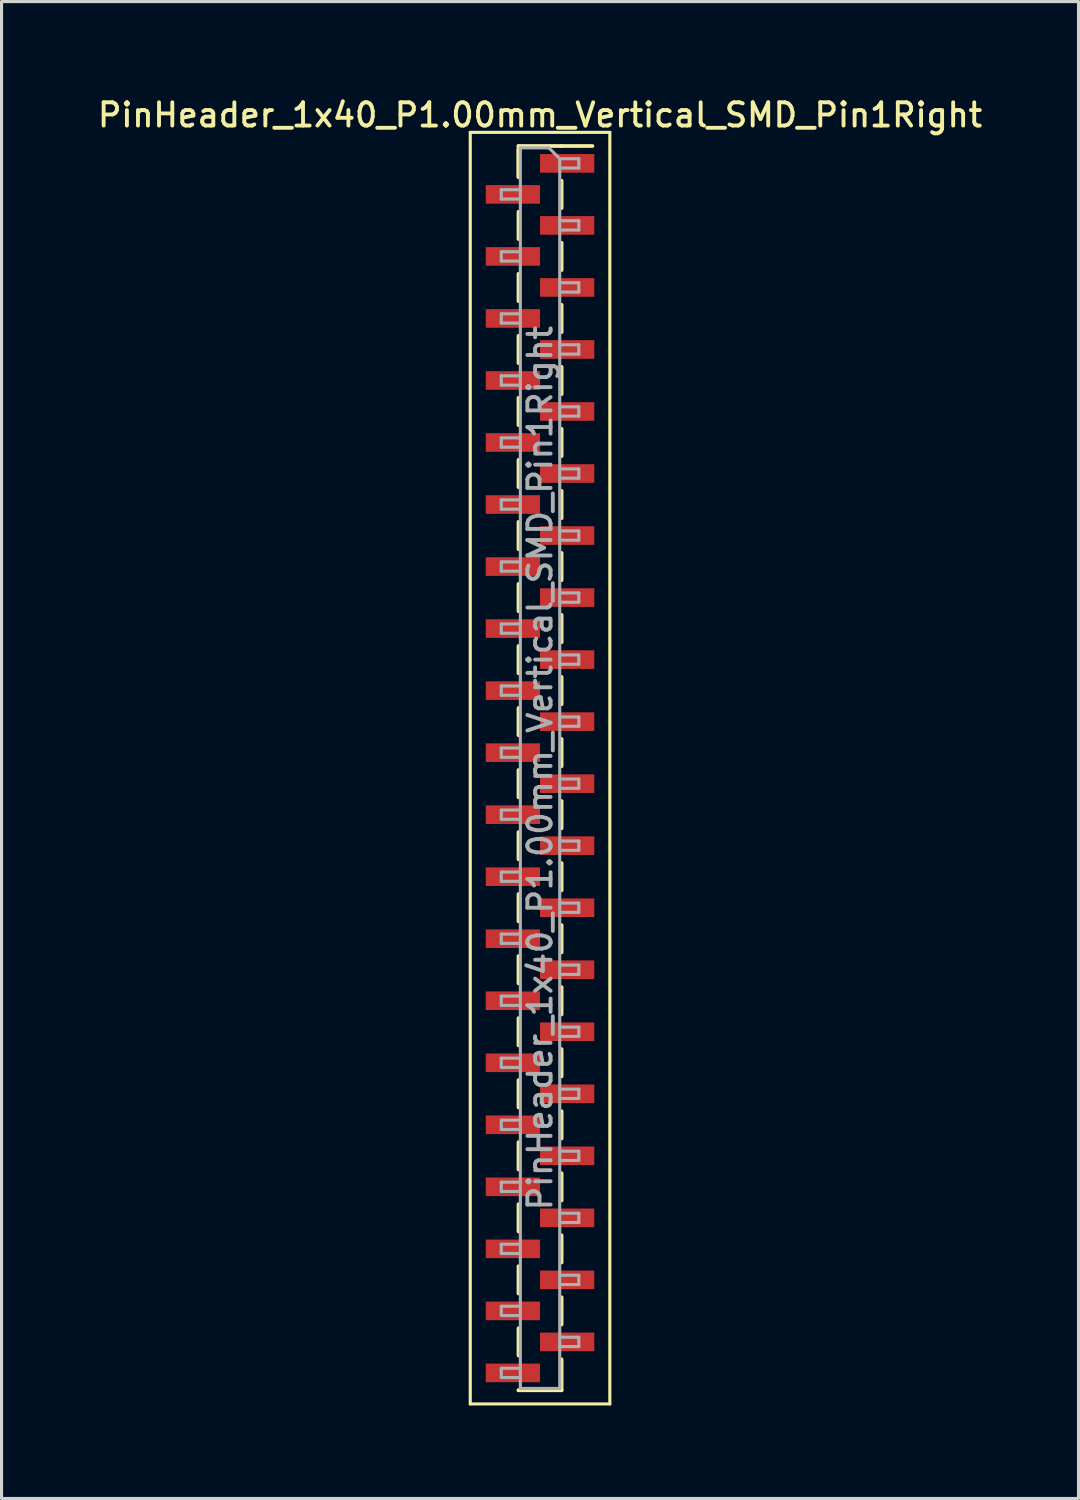
<source format=kicad_pcb>
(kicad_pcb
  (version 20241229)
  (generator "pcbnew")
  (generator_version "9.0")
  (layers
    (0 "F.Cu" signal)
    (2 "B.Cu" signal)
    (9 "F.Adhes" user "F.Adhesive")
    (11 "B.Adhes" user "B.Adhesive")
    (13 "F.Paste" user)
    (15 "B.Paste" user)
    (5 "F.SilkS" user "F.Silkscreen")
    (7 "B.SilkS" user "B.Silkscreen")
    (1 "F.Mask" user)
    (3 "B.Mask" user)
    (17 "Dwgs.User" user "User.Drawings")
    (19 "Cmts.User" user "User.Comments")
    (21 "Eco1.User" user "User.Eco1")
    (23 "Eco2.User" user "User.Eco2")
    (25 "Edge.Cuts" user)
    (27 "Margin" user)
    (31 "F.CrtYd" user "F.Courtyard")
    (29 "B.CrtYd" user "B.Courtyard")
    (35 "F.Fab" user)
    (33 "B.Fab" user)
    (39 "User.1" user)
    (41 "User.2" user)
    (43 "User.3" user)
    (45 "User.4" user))
  (footprint "PinHeader_1x40_P1.00mm_Vertical_SMD_Pin1Right"
    (layer "F.Cu")
    (at 14.363 21.718)
    (property "Reference" "PinHeader_1x40_P1.00mm_Vertical_SMD_Pin1Right" (at 0 -21.06 0) (layer "F.SilkS") (effects (font (size 0.75 0.75) (thickness 0.125))))
    (attr smd)
    (fp_line (start -2.25 -20.5) (end -2.25 20.5) (stroke (width 0.1) (type solid)) (layer "F.SilkS"))
    (fp_line (start -2.25 20.5) (end 2.25 20.5) (stroke (width 0.1) (type solid)) (layer "F.SilkS"))
    (fp_line (start -0.695 -20.06) (end -0.695 -19.06) (stroke (width 0.12) (type solid)) (layer "F.SilkS"))
    (fp_line (start -0.695 -20.06) (end 0.695 -20.06) (stroke (width 0.12) (type solid)) (layer "F.SilkS"))
    (fp_line (start -0.695 -19.94) (end -0.695 -19.06) (stroke (width 0.12) (type solid)) (layer "F.SilkS"))
    (fp_line (start -0.695 -17.94) (end -0.695 -17.06) (stroke (width 0.12) (type solid)) (layer "F.SilkS"))
    (fp_line (start -0.695 -15.94) (end -0.695 -15.06) (stroke (width 0.12) (type solid)) (layer "F.SilkS"))
    (fp_line (start -0.695 -13.94) (end -0.695 -13.06) (stroke (width 0.12) (type solid)) (layer "F.SilkS"))
    (fp_line (start -0.695 -11.94) (end -0.695 -11.06) (stroke (width 0.12) (type solid)) (layer "F.SilkS"))
    (fp_line (start -0.695 -9.94) (end -0.695 -9.06) (stroke (width 0.12) (type solid)) (layer "F.SilkS"))
    (fp_line (start -0.695 -7.94) (end -0.695 -7.06) (stroke (width 0.12) (type solid)) (layer "F.SilkS"))
    (fp_line (start -0.695 -5.94) (end -0.695 -5.06) (stroke (width 0.12) (type solid)) (layer "F.SilkS"))
    (fp_line (start -0.695 -3.94) (end -0.695 -3.06) (stroke (width 0.12) (type solid)) (layer "F.SilkS"))
    (fp_line (start -0.695 -1.94) (end -0.695 -1.06) (stroke (width 0.12) (type solid)) (layer "F.SilkS"))
    (fp_line (start -0.695 0.06) (end -0.695 0.94) (stroke (width 0.12) (type solid)) (layer "F.SilkS"))
    (fp_line (start -0.695 2.06) (end -0.695 2.94) (stroke (width 0.12) (type solid)) (layer "F.SilkS"))
    (fp_line (start -0.695 4.06) (end -0.695 4.94) (stroke (width 0.12) (type solid)) (layer "F.SilkS"))
    (fp_line (start -0.695 6.06) (end -0.695 6.94) (stroke (width 0.12) (type solid)) (layer "F.SilkS"))
    (fp_line (start -0.695 8.06) (end -0.695 8.94) (stroke (width 0.12) (type solid)) (layer "F.SilkS"))
    (fp_line (start -0.695 10.06) (end -0.695 10.94) (stroke (width 0.12) (type solid)) (layer "F.SilkS"))
    (fp_line (start -0.695 12.06) (end -0.695 12.94) (stroke (width 0.12) (type solid)) (layer "F.SilkS"))
    (fp_line (start -0.695 14.06) (end -0.695 14.94) (stroke (width 0.12) (type solid)) (layer "F.SilkS"))
    (fp_line (start -0.695 16.06) (end -0.695 16.94) (stroke (width 0.12) (type solid)) (layer "F.SilkS"))
    (fp_line (start -0.695 18.06) (end -0.695 18.94) (stroke (width 0.12) (type solid)) (layer "F.SilkS"))
    (fp_line (start -0.695 20.06) (end -0.695 20.06) (stroke (width 0.12) (type solid)) (layer "F.SilkS"))
    (fp_line (start -0.695 20.06) (end 0.695 20.06) (stroke (width 0.12) (type solid)) (layer "F.SilkS"))
    (fp_line (start 0.695 -20.06) (end 0.695 -20.06) (stroke (width 0.12) (type solid)) (layer "F.SilkS"))
    (fp_line (start 0.695 -20.06) (end 1.69 -20.06) (stroke (width 0.12) (type solid)) (layer "F.SilkS"))
    (fp_line (start 0.695 -18.94) (end 0.695 -18.06) (stroke (width 0.12) (type solid)) (layer "F.SilkS"))
    (fp_line (start 0.695 -16.94) (end 0.695 -16.06) (stroke (width 0.12) (type solid)) (layer "F.SilkS"))
    (fp_line (start 0.695 -14.94) (end 0.695 -14.06) (stroke (width 0.12) (type solid)) (layer "F.SilkS"))
    (fp_line (start 0.695 -12.94) (end 0.695 -12.06) (stroke (width 0.12) (type solid)) (layer "F.SilkS"))
    (fp_line (start 0.695 -10.94) (end 0.695 -10.06) (stroke (width 0.12) (type solid)) (layer "F.SilkS"))
    (fp_line (start 0.695 -8.94) (end 0.695 -8.06) (stroke (width 0.12) (type solid)) (layer "F.SilkS"))
    (fp_line (start 0.695 -6.94) (end 0.695 -6.06) (stroke (width 0.12) (type solid)) (layer "F.SilkS"))
    (fp_line (start 0.695 -4.94) (end 0.695 -4.06) (stroke (width 0.12) (type solid)) (layer "F.SilkS"))
    (fp_line (start 0.695 -2.94) (end 0.695 -2.06) (stroke (width 0.12) (type solid)) (layer "F.SilkS"))
    (fp_line (start 0.695 -0.94) (end 0.695 -0.06) (stroke (width 0.12) (type solid)) (layer "F.SilkS"))
    (fp_line (start 0.695 1.06) (end 0.695 1.94) (stroke (width 0.12) (type solid)) (layer "F.SilkS"))
    (fp_line (start 0.695 3.06) (end 0.695 3.94) (stroke (width 0.12) (type solid)) (layer "F.SilkS"))
    (fp_line (start 0.695 5.06) (end 0.695 5.94) (stroke (width 0.12) (type solid)) (layer "F.SilkS"))
    (fp_line (start 0.695 7.06) (end 0.695 7.94) (stroke (width 0.12) (type solid)) (layer "F.SilkS"))
    (fp_line (start 0.695 9.06) (end 0.695 9.94) (stroke (width 0.12) (type solid)) (layer "F.SilkS"))
    (fp_line (start 0.695 11.06) (end 0.695 11.94) (stroke (width 0.12) (type solid)) (layer "F.SilkS"))
    (fp_line (start 0.695 13.06) (end 0.695 13.94) (stroke (width 0.12) (type solid)) (layer "F.SilkS"))
    (fp_line (start 0.695 15.06) (end 0.695 15.94) (stroke (width 0.12) (type solid)) (layer "F.SilkS"))
    (fp_line (start 0.695 17.06) (end 0.695 17.94) (stroke (width 0.12) (type solid)) (layer "F.SilkS"))
    (fp_line (start 0.695 19.06) (end 0.695 20.06) (stroke (width 0.12) (type solid)) (layer "F.SilkS"))
    (fp_line (start 2.25 -20.5) (end -2.25 -20.5) (stroke (width 0.1) (type solid)) (layer "F.SilkS"))
    (fp_line (start 2.25 20.5) (end 2.25 -20.5) (stroke (width 0.1) (type solid)) (layer "F.SilkS"))
    (fp_line (start -1.25 -18.65) (end -1.25 -18.35) (stroke (width 0.1) (type solid)) (layer "F.Fab"))
    (fp_line (start -1.25 -18.35) (end -0.635 -18.35) (stroke (width 0.1) (type solid)) (layer "F.Fab"))
    (fp_line (start -1.25 -16.65) (end -1.25 -16.35) (stroke (width 0.1) (type solid)) (layer "F.Fab"))
    (fp_line (start -1.25 -16.35) (end -0.635 -16.35) (stroke (width 0.1) (type solid)) (layer "F.Fab"))
    (fp_line (start -1.25 -14.65) (end -1.25 -14.35) (stroke (width 0.1) (type solid)) (layer "F.Fab"))
    (fp_line (start -1.25 -14.35) (end -0.635 -14.35) (stroke (width 0.1) (type solid)) (layer "F.Fab"))
    (fp_line (start -1.25 -12.65) (end -1.25 -12.35) (stroke (width 0.1) (type solid)) (layer "F.Fab"))
    (fp_line (start -1.25 -12.35) (end -0.635 -12.35) (stroke (width 0.1) (type solid)) (layer "F.Fab"))
    (fp_line (start -1.25 -10.65) (end -1.25 -10.35) (stroke (width 0.1) (type solid)) (layer "F.Fab"))
    (fp_line (start -1.25 -10.35) (end -0.635 -10.35) (stroke (width 0.1) (type solid)) (layer "F.Fab"))
    (fp_line (start -1.25 -8.65) (end -1.25 -8.35) (stroke (width 0.1) (type solid)) (layer "F.Fab"))
    (fp_line (start -1.25 -8.35) (end -0.635 -8.35) (stroke (width 0.1) (type solid)) (layer "F.Fab"))
    (fp_line (start -1.25 -6.65) (end -1.25 -6.35) (stroke (width 0.1) (type solid)) (layer "F.Fab"))
    (fp_line (start -1.25 -6.35) (end -0.635 -6.35) (stroke (width 0.1) (type solid)) (layer "F.Fab"))
    (fp_line (start -1.25 -4.65) (end -1.25 -4.35) (stroke (width 0.1) (type solid)) (layer "F.Fab"))
    (fp_line (start -1.25 -4.35) (end -0.635 -4.35) (stroke (width 0.1) (type solid)) (layer "F.Fab"))
    (fp_line (start -1.25 -2.65) (end -1.25 -2.35) (stroke (width 0.1) (type solid)) (layer "F.Fab"))
    (fp_line (start -1.25 -2.35) (end -0.635 -2.35) (stroke (width 0.1) (type solid)) (layer "F.Fab"))
    (fp_line (start -1.25 -0.65) (end -1.25 -0.35) (stroke (width 0.1) (type solid)) (layer "F.Fab"))
    (fp_line (start -1.25 -0.35) (end -0.635 -0.35) (stroke (width 0.1) (type solid)) (layer "F.Fab"))
    (fp_line (start -1.25 1.35) (end -1.25 1.65) (stroke (width 0.1) (type solid)) (layer "F.Fab"))
    (fp_line (start -1.25 1.65) (end -0.635 1.65) (stroke (width 0.1) (type solid)) (layer "F.Fab"))
    (fp_line (start -1.25 3.35) (end -1.25 3.65) (stroke (width 0.1) (type solid)) (layer "F.Fab"))
    (fp_line (start -1.25 3.65) (end -0.635 3.65) (stroke (width 0.1) (type solid)) (layer "F.Fab"))
    (fp_line (start -1.25 5.35) (end -1.25 5.65) (stroke (width 0.1) (type solid)) (layer "F.Fab"))
    (fp_line (start -1.25 5.65) (end -0.635 5.65) (stroke (width 0.1) (type solid)) (layer "F.Fab"))
    (fp_line (start -1.25 7.35) (end -1.25 7.65) (stroke (width 0.1) (type solid)) (layer "F.Fab"))
    (fp_line (start -1.25 7.65) (end -0.635 7.65) (stroke (width 0.1) (type solid)) (layer "F.Fab"))
    (fp_line (start -1.25 9.35) (end -1.25 9.65) (stroke (width 0.1) (type solid)) (layer "F.Fab"))
    (fp_line (start -1.25 9.65) (end -0.635 9.65) (stroke (width 0.1) (type solid)) (layer "F.Fab"))
    (fp_line (start -1.25 11.35) (end -1.25 11.65) (stroke (width 0.1) (type solid)) (layer "F.Fab"))
    (fp_line (start -1.25 11.65) (end -0.635 11.65) (stroke (width 0.1) (type solid)) (layer "F.Fab"))
    (fp_line (start -1.25 13.35) (end -1.25 13.65) (stroke (width 0.1) (type solid)) (layer "F.Fab"))
    (fp_line (start -1.25 13.65) (end -0.635 13.65) (stroke (width 0.1) (type solid)) (layer "F.Fab"))
    (fp_line (start -1.25 15.35) (end -1.25 15.65) (stroke (width 0.1) (type solid)) (layer "F.Fab"))
    (fp_line (start -1.25 15.65) (end -0.635 15.65) (stroke (width 0.1) (type solid)) (layer "F.Fab"))
    (fp_line (start -1.25 17.35) (end -1.25 17.65) (stroke (width 0.1) (type solid)) (layer "F.Fab"))
    (fp_line (start -1.25 17.65) (end -0.635 17.65) (stroke (width 0.1) (type solid)) (layer "F.Fab"))
    (fp_line (start -1.25 19.35) (end -1.25 19.65) (stroke (width 0.1) (type solid)) (layer "F.Fab"))
    (fp_line (start -1.25 19.65) (end -0.635 19.65) (stroke (width 0.1) (type solid)) (layer "F.Fab"))
    (fp_line (start -0.635 -20) (end -0.635 20) (stroke (width 0.1) (type solid)) (layer "F.Fab"))
    (fp_line (start -0.635 -20) (end 0.285 -20) (stroke (width 0.1) (type solid)) (layer "F.Fab"))
    (fp_line (start -0.635 -18.65) (end -1.25 -18.65) (stroke (width 0.1) (type solid)) (layer "F.Fab"))
    (fp_line (start -0.635 -16.65) (end -1.25 -16.65) (stroke (width 0.1) (type solid)) (layer "F.Fab"))
    (fp_line (start -0.635 -14.65) (end -1.25 -14.65) (stroke (width 0.1) (type solid)) (layer "F.Fab"))
    (fp_line (start -0.635 -12.65) (end -1.25 -12.65) (stroke (width 0.1) (type solid)) (layer "F.Fab"))
    (fp_line (start -0.635 -10.65) (end -1.25 -10.65) (stroke (width 0.1) (type solid)) (layer "F.Fab"))
    (fp_line (start -0.635 -8.65) (end -1.25 -8.65) (stroke (width 0.1) (type solid)) (layer "F.Fab"))
    (fp_line (start -0.635 -6.65) (end -1.25 -6.65) (stroke (width 0.1) (type solid)) (layer "F.Fab"))
    (fp_line (start -0.635 -4.65) (end -1.25 -4.65) (stroke (width 0.1) (type solid)) (layer "F.Fab"))
    (fp_line (start -0.635 -2.65) (end -1.25 -2.65) (stroke (width 0.1) (type solid)) (layer "F.Fab"))
    (fp_line (start -0.635 -0.65) (end -1.25 -0.65) (stroke (width 0.1) (type solid)) (layer "F.Fab"))
    (fp_line (start -0.635 1.35) (end -1.25 1.35) (stroke (width 0.1) (type solid)) (layer "F.Fab"))
    (fp_line (start -0.635 3.35) (end -1.25 3.35) (stroke (width 0.1) (type solid)) (layer "F.Fab"))
    (fp_line (start -0.635 5.35) (end -1.25 5.35) (stroke (width 0.1) (type solid)) (layer "F.Fab"))
    (fp_line (start -0.635 7.35) (end -1.25 7.35) (stroke (width 0.1) (type solid)) (layer "F.Fab"))
    (fp_line (start -0.635 9.35) (end -1.25 9.35) (stroke (width 0.1) (type solid)) (layer "F.Fab"))
    (fp_line (start -0.635 11.35) (end -1.25 11.35) (stroke (width 0.1) (type solid)) (layer "F.Fab"))
    (fp_line (start -0.635 13.35) (end -1.25 13.35) (stroke (width 0.1) (type solid)) (layer "F.Fab"))
    (fp_line (start -0.635 15.35) (end -1.25 15.35) (stroke (width 0.1) (type solid)) (layer "F.Fab"))
    (fp_line (start -0.635 17.35) (end -1.25 17.35) (stroke (width 0.1) (type solid)) (layer "F.Fab"))
    (fp_line (start -0.635 19.35) (end -1.25 19.35) (stroke (width 0.1) (type solid)) (layer "F.Fab"))
    (fp_line (start 0.635 -19.65) (end 0.285 -20) (stroke (width 0.1) (type solid)) (layer "F.Fab"))
    (fp_line (start 0.635 -19.65) (end 1.25 -19.65) (stroke (width 0.1) (type solid)) (layer "F.Fab"))
    (fp_line (start 0.635 -17.65) (end 1.25 -17.65) (stroke (width 0.1) (type solid)) (layer "F.Fab"))
    (fp_line (start 0.635 -15.65) (end 1.25 -15.65) (stroke (width 0.1) (type solid)) (layer "F.Fab"))
    (fp_line (start 0.635 -13.65) (end 1.25 -13.65) (stroke (width 0.1) (type solid)) (layer "F.Fab"))
    (fp_line (start 0.635 -11.65) (end 1.25 -11.65) (stroke (width 0.1) (type solid)) (layer "F.Fab"))
    (fp_line (start 0.635 -9.65) (end 1.25 -9.65) (stroke (width 0.1) (type solid)) (layer "F.Fab"))
    (fp_line (start 0.635 -7.65) (end 1.25 -7.65) (stroke (width 0.1) (type solid)) (layer "F.Fab"))
    (fp_line (start 0.635 -5.65) (end 1.25 -5.65) (stroke (width 0.1) (type solid)) (layer "F.Fab"))
    (fp_line (start 0.635 -3.65) (end 1.25 -3.65) (stroke (width 0.1) (type solid)) (layer "F.Fab"))
    (fp_line (start 0.635 -1.65) (end 1.25 -1.65) (stroke (width 0.1) (type solid)) (layer "F.Fab"))
    (fp_line (start 0.635 0.35) (end 1.25 0.35) (stroke (width 0.1) (type solid)) (layer "F.Fab"))
    (fp_line (start 0.635 2.35) (end 1.25 2.35) (stroke (width 0.1) (type solid)) (layer "F.Fab"))
    (fp_line (start 0.635 4.35) (end 1.25 4.35) (stroke (width 0.1) (type solid)) (layer "F.Fab"))
    (fp_line (start 0.635 6.35) (end 1.25 6.35) (stroke (width 0.1) (type solid)) (layer "F.Fab"))
    (fp_line (start 0.635 8.35) (end 1.25 8.35) (stroke (width 0.1) (type solid)) (layer "F.Fab"))
    (fp_line (start 0.635 10.35) (end 1.25 10.35) (stroke (width 0.1) (type solid)) (layer "F.Fab"))
    (fp_line (start 0.635 12.35) (end 1.25 12.35) (stroke (width 0.1) (type solid)) (layer "F.Fab"))
    (fp_line (start 0.635 14.35) (end 1.25 14.35) (stroke (width 0.1) (type solid)) (layer "F.Fab"))
    (fp_line (start 0.635 16.35) (end 1.25 16.35) (stroke (width 0.1) (type solid)) (layer "F.Fab"))
    (fp_line (start 0.635 18.35) (end 1.25 18.35) (stroke (width 0.1) (type solid)) (layer "F.Fab"))
    (fp_line (start 0.635 20) (end -0.635 20) (stroke (width 0.1) (type solid)) (layer "F.Fab"))
    (fp_line (start 0.635 20) (end 0.635 -19.65) (stroke (width 0.1) (type solid)) (layer "F.Fab"))
    (fp_line (start 1.25 -19.65) (end 1.25 -19.35) (stroke (width 0.1) (type solid)) (layer "F.Fab"))
    (fp_line (start 1.25 -19.35) (end 0.635 -19.35) (stroke (width 0.1) (type solid)) (layer "F.Fab"))
    (fp_line (start 1.25 -17.65) (end 1.25 -17.35) (stroke (width 0.1) (type solid)) (layer "F.Fab"))
    (fp_line (start 1.25 -17.35) (end 0.635 -17.35) (stroke (width 0.1) (type solid)) (layer "F.Fab"))
    (fp_line (start 1.25 -15.65) (end 1.25 -15.35) (stroke (width 0.1) (type solid)) (layer "F.Fab"))
    (fp_line (start 1.25 -15.35) (end 0.635 -15.35) (stroke (width 0.1) (type solid)) (layer "F.Fab"))
    (fp_line (start 1.25 -13.65) (end 1.25 -13.35) (stroke (width 0.1) (type solid)) (layer "F.Fab"))
    (fp_line (start 1.25 -13.35) (end 0.635 -13.35) (stroke (width 0.1) (type solid)) (layer "F.Fab"))
    (fp_line (start 1.25 -11.65) (end 1.25 -11.35) (stroke (width 0.1) (type solid)) (layer "F.Fab"))
    (fp_line (start 1.25 -11.35) (end 0.635 -11.35) (stroke (width 0.1) (type solid)) (layer "F.Fab"))
    (fp_line (start 1.25 -9.65) (end 1.25 -9.35) (stroke (width 0.1) (type solid)) (layer "F.Fab"))
    (fp_line (start 1.25 -9.35) (end 0.635 -9.35) (stroke (width 0.1) (type solid)) (layer "F.Fab"))
    (fp_line (start 1.25 -7.65) (end 1.25 -7.35) (stroke (width 0.1) (type solid)) (layer "F.Fab"))
    (fp_line (start 1.25 -7.35) (end 0.635 -7.35) (stroke (width 0.1) (type solid)) (layer "F.Fab"))
    (fp_line (start 1.25 -5.65) (end 1.25 -5.35) (stroke (width 0.1) (type solid)) (layer "F.Fab"))
    (fp_line (start 1.25 -5.35) (end 0.635 -5.35) (stroke (width 0.1) (type solid)) (layer "F.Fab"))
    (fp_line (start 1.25 -3.65) (end 1.25 -3.35) (stroke (width 0.1) (type solid)) (layer "F.Fab"))
    (fp_line (start 1.25 -3.35) (end 0.635 -3.35) (stroke (width 0.1) (type solid)) (layer "F.Fab"))
    (fp_line (start 1.25 -1.65) (end 1.25 -1.35) (stroke (width 0.1) (type solid)) (layer "F.Fab"))
    (fp_line (start 1.25 -1.35) (end 0.635 -1.35) (stroke (width 0.1) (type solid)) (layer "F.Fab"))
    (fp_line (start 1.25 0.35) (end 1.25 0.65) (stroke (width 0.1) (type solid)) (layer "F.Fab"))
    (fp_line (start 1.25 0.65) (end 0.635 0.65) (stroke (width 0.1) (type solid)) (layer "F.Fab"))
    (fp_line (start 1.25 2.35) (end 1.25 2.65) (stroke (width 0.1) (type solid)) (layer "F.Fab"))
    (fp_line (start 1.25 2.65) (end 0.635 2.65) (stroke (width 0.1) (type solid)) (layer "F.Fab"))
    (fp_line (start 1.25 4.35) (end 1.25 4.65) (stroke (width 0.1) (type solid)) (layer "F.Fab"))
    (fp_line (start 1.25 4.65) (end 0.635 4.65) (stroke (width 0.1) (type solid)) (layer "F.Fab"))
    (fp_line (start 1.25 6.35) (end 1.25 6.65) (stroke (width 0.1) (type solid)) (layer "F.Fab"))
    (fp_line (start 1.25 6.65) (end 0.635 6.65) (stroke (width 0.1) (type solid)) (layer "F.Fab"))
    (fp_line (start 1.25 8.35) (end 1.25 8.65) (stroke (width 0.1) (type solid)) (layer "F.Fab"))
    (fp_line (start 1.25 8.65) (end 0.635 8.65) (stroke (width 0.1) (type solid)) (layer "F.Fab"))
    (fp_line (start 1.25 10.35) (end 1.25 10.65) (stroke (width 0.1) (type solid)) (layer "F.Fab"))
    (fp_line (start 1.25 10.65) (end 0.635 10.65) (stroke (width 0.1) (type solid)) (layer "F.Fab"))
    (fp_line (start 1.25 12.35) (end 1.25 12.65) (stroke (width 0.1) (type solid)) (layer "F.Fab"))
    (fp_line (start 1.25 12.65) (end 0.635 12.65) (stroke (width 0.1) (type solid)) (layer "F.Fab"))
    (fp_line (start 1.25 14.35) (end 1.25 14.65) (stroke (width 0.1) (type solid)) (layer "F.Fab"))
    (fp_line (start 1.25 14.65) (end 0.635 14.65) (stroke (width 0.1) (type solid)) (layer "F.Fab"))
    (fp_line (start 1.25 16.35) (end 1.25 16.65) (stroke (width 0.1) (type solid)) (layer "F.Fab"))
    (fp_line (start 1.25 16.65) (end 0.635 16.65) (stroke (width 0.1) (type solid)) (layer "F.Fab"))
    (fp_line (start 1.25 18.35) (end 1.25 18.65) (stroke (width 0.1) (type solid)) (layer "F.Fab"))
    (fp_line (start 1.25 18.65) (end 0.635 18.65) (stroke (width 0.1) (type solid)) (layer "F.Fab"))
    (fp_text user "${REFERENCE}" (at 0 0 90) (layer "F.Fab") (effects (font (size 0.75 0.75) (thickness 0.125))))
    (pad "1" smd rect (at 0.875 -19.5) (size 1.75 0.6) (layers "F.Cu" "F.Mask" "F.Paste"))
    (pad "2" smd rect (at -0.875 -18.5) (size 1.75 0.6) (layers "F.Cu" "F.Mask" "F.Paste"))
    (pad "3" smd rect (at 0.875 -17.5) (size 1.75 0.6) (layers "F.Cu" "F.Mask" "F.Paste"))
    (pad "4" smd rect (at -0.875 -16.5) (size 1.75 0.6) (layers "F.Cu" "F.Mask" "F.Paste"))
    (pad "5" smd rect (at 0.875 -15.5) (size 1.75 0.6) (layers "F.Cu" "F.Mask" "F.Paste"))
    (pad "6" smd rect (at -0.875 -14.5) (size 1.75 0.6) (layers "F.Cu" "F.Mask" "F.Paste"))
    (pad "7" smd rect (at 0.875 -13.5) (size 1.75 0.6) (layers "F.Cu" "F.Mask" "F.Paste"))
    (pad "8" smd rect (at -0.875 -12.5) (size 1.75 0.6) (layers "F.Cu" "F.Mask" "F.Paste"))
    (pad "9" smd rect (at 0.875 -11.5) (size 1.75 0.6) (layers "F.Cu" "F.Mask" "F.Paste"))
    (pad "10" smd rect (at -0.875 -10.5) (size 1.75 0.6) (layers "F.Cu" "F.Mask" "F.Paste"))
    (pad "11" smd rect (at 0.875 -9.5) (size 1.75 0.6) (layers "F.Cu" "F.Mask" "F.Paste"))
    (pad "12" smd rect (at -0.875 -8.5) (size 1.75 0.6) (layers "F.Cu" "F.Mask" "F.Paste"))
    (pad "13" smd rect (at 0.875 -7.5) (size 1.75 0.6) (layers "F.Cu" "F.Mask" "F.Paste"))
    (pad "14" smd rect (at -0.875 -6.5) (size 1.75 0.6) (layers "F.Cu" "F.Mask" "F.Paste"))
    (pad "15" smd rect (at 0.875 -5.5) (size 1.75 0.6) (layers "F.Cu" "F.Mask" "F.Paste"))
    (pad "16" smd rect (at -0.875 -4.5) (size 1.75 0.6) (layers "F.Cu" "F.Mask" "F.Paste"))
    (pad "17" smd rect (at 0.875 -3.5) (size 1.75 0.6) (layers "F.Cu" "F.Mask" "F.Paste"))
    (pad "18" smd rect (at -0.875 -2.5) (size 1.75 0.6) (layers "F.Cu" "F.Mask" "F.Paste"))
    (pad "19" smd rect (at 0.875 -1.5) (size 1.75 0.6) (layers "F.Cu" "F.Mask" "F.Paste"))
    (pad "20" smd rect (at -0.875 -0.5) (size 1.75 0.6) (layers "F.Cu" "F.Mask" "F.Paste"))
    (pad "21" smd rect (at 0.875 0.5) (size 1.75 0.6) (layers "F.Cu" "F.Mask" "F.Paste"))
    (pad "22" smd rect (at -0.875 1.5) (size 1.75 0.6) (layers "F.Cu" "F.Mask" "F.Paste"))
    (pad "23" smd rect (at 0.875 2.5) (size 1.75 0.6) (layers "F.Cu" "F.Mask" "F.Paste"))
    (pad "24" smd rect (at -0.875 3.5) (size 1.75 0.6) (layers "F.Cu" "F.Mask" "F.Paste"))
    (pad "25" smd rect (at 0.875 4.5) (size 1.75 0.6) (layers "F.Cu" "F.Mask" "F.Paste"))
    (pad "26" smd rect (at -0.875 5.5) (size 1.75 0.6) (layers "F.Cu" "F.Mask" "F.Paste"))
    (pad "27" smd rect (at 0.875 6.5) (size 1.75 0.6) (layers "F.Cu" "F.Mask" "F.Paste"))
    (pad "28" smd rect (at -0.875 7.5) (size 1.75 0.6) (layers "F.Cu" "F.Mask" "F.Paste"))
    (pad "29" smd rect (at 0.875 8.5) (size 1.75 0.6) (layers "F.Cu" "F.Mask" "F.Paste"))
    (pad "30" smd rect (at -0.875 9.5) (size 1.75 0.6) (layers "F.Cu" "F.Mask" "F.Paste"))
    (pad "31" smd rect (at 0.875 10.5) (size 1.75 0.6) (layers "F.Cu" "F.Mask" "F.Paste"))
    (pad "32" smd rect (at -0.875 11.5) (size 1.75 0.6) (layers "F.Cu" "F.Mask" "F.Paste"))
    (pad "33" smd rect (at 0.875 12.5) (size 1.75 0.6) (layers "F.Cu" "F.Mask" "F.Paste"))
    (pad "34" smd rect (at -0.875 13.5) (size 1.75 0.6) (layers "F.Cu" "F.Mask" "F.Paste"))
    (pad "35" smd rect (at 0.875 14.5) (size 1.75 0.6) (layers "F.Cu" "F.Mask" "F.Paste"))
    (pad "36" smd rect (at -0.875 15.5) (size 1.75 0.6) (layers "F.Cu" "F.Mask" "F.Paste"))
    (pad "37" smd rect (at 0.875 16.5) (size 1.75 0.6) (layers "F.Cu" "F.Mask" "F.Paste"))
    (pad "38" smd rect (at -0.875 17.5) (size 1.75 0.6) (layers "F.Cu" "F.Mask" "F.Paste"))
    (pad "39" smd rect (at 0.875 18.5) (size 1.75 0.6) (layers "F.Cu" "F.Mask" "F.Paste"))
    (pad "40" smd rect (at -0.875 19.5) (size 1.75 0.6) (layers "F.Cu" "F.Mask" "F.Paste")))
  (gr_rect
    (start -3 -3)
    (end 31.725 45.268)
    (stroke (width 0.1) (type default))
    (fill no)
    (layer "Edge.Cuts")))
</source>
